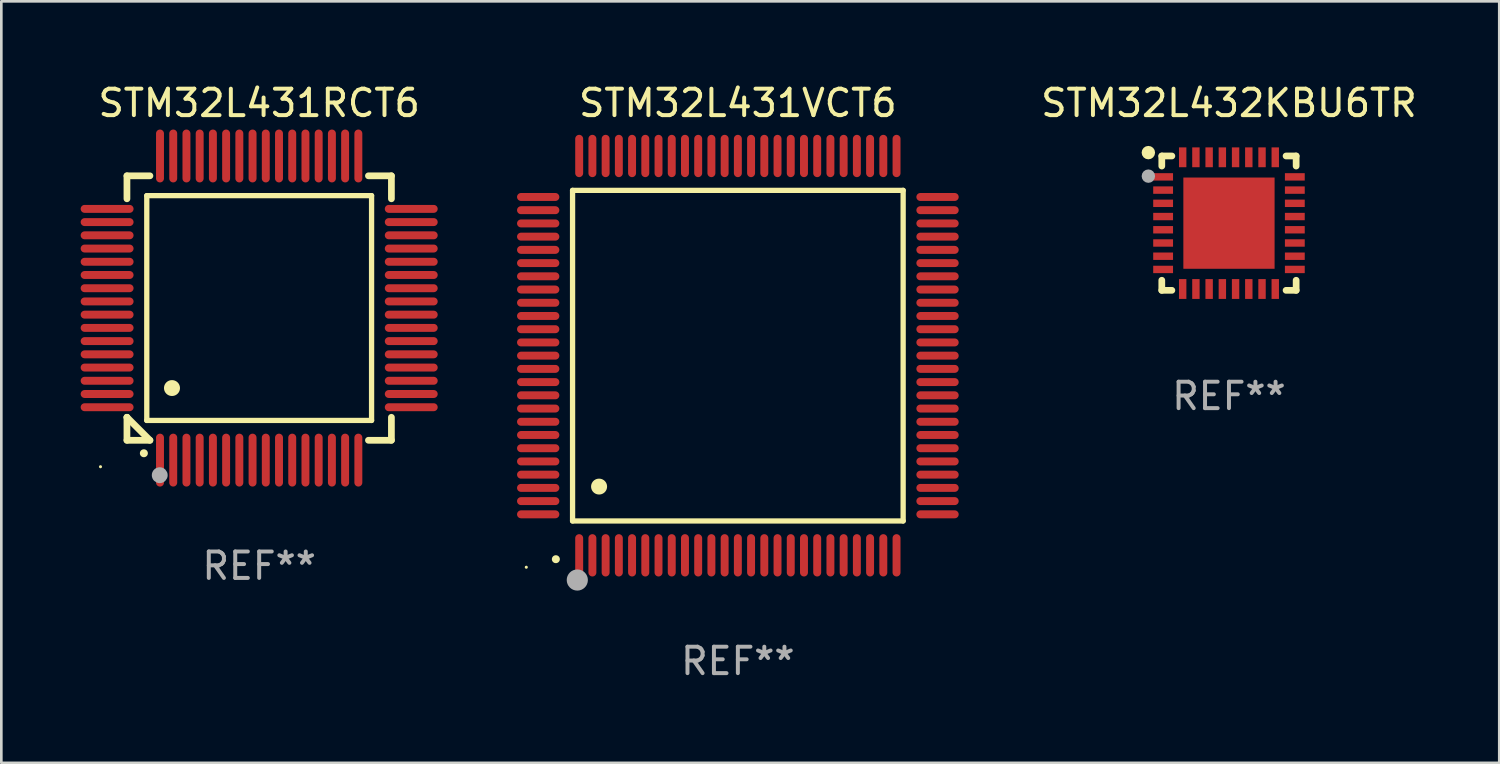
<source format=kicad_pcb>
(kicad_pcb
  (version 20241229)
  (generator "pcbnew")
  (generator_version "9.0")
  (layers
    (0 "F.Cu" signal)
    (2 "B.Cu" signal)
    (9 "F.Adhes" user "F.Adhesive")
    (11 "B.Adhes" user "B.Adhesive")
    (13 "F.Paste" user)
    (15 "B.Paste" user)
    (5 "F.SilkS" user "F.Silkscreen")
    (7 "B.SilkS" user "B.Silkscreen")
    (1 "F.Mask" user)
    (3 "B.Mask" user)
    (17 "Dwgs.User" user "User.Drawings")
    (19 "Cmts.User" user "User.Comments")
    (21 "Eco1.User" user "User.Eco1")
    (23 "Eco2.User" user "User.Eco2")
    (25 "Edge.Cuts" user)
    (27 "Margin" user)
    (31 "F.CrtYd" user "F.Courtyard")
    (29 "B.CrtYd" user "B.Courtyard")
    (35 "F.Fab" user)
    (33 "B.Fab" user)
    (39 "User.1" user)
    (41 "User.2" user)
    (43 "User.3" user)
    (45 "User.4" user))
  (footprint "STM32L431RCT6"
    (layer "F.Cu")
    (at 6.75 8.598)
    (property "Reference" "STM32L431RCT6" (at 0 -7.75 0) (layer "F.SilkS") (effects (font (size 1 1) (thickness 0.15))))
    (attr through_hole)
    (fp_line (start -5 -5) (end -4.131 -5) (stroke (width 0.254) (type solid)) (layer "F.SilkS"))
    (fp_line (start -5 -4.131) (end -5 -5) (stroke (width 0.254) (type solid)) (layer "F.SilkS"))
    (fp_line (start -5 4.131) (end -5 4.131) (stroke (width 0.254) (type solid)) (layer "F.SilkS"))
    (fp_line (start -5 5) (end -5 4.131) (stroke (width 0.254) (type solid)) (layer "F.SilkS"))
    (fp_line (start -5 4.131) (end -4.131 5) (stroke (width 0.254) (type solid)) (layer "F.SilkS"))
    (fp_line (start -4.25 -4.25) (end -4.25 4.25) (stroke (width 0.2) (type solid)) (layer "F.SilkS"))
    (fp_line (start -4.25 4.25) (end 4.25 4.25) (stroke (width 0.2) (type solid)) (layer "F.SilkS"))
    (fp_line (start -4.131 5) (end -5 5) (stroke (width 0.254) (type solid)) (layer "F.SilkS"))
    (fp_line (start 4.25 -4.25) (end -4.25 -4.25) (stroke (width 0.2) (type solid)) (layer "F.SilkS"))
    (fp_line (start 4.25 4.25) (end 4.25 -4.25) (stroke (width 0.2) (type solid)) (layer "F.SilkS"))
    (fp_line (start 5 -5) (end 4.131 -5) (stroke (width 0.254) (type solid)) (layer "F.SilkS"))
    (fp_line (start 5 -5) (end 5 -4.131) (stroke (width 0.254) (type solid)) (layer "F.SilkS"))
    (fp_line (start 5 4.131) (end 5 5) (stroke (width 0.254) (type solid)) (layer "F.SilkS"))
    (fp_line (start 5 5) (end 4.131 5) (stroke (width 0.254) (type solid)) (layer "F.SilkS"))
    (fp_arc (start -4.361265 5.489992) (mid -4.359995 5.489987) (end -4.358725 5.489992) (stroke (width 0.3) (type solid)) (layer "F.SilkS"))
    (fp_arc (start -3.299467 3.025146) (mid -3.296927 3.025135) (end -3.294387 3.025146) (stroke (width 0.6) (type solid)) (layer "F.SilkS"))
    (fp_circle (center -6 6) (end -5.97 6) (stroke (width 0.06) (type solid)) (fill no) (layer "F.SilkS"))
    (fp_circle (center -3.76 6.32) (end -3.61 6.32) (stroke (width 0.3) (type solid)) (fill no) (layer "F.Fab"))
    (fp_text user "REF**" (at 0 9.75 0) (layer "F.Fab") (effects (font (size 1 1) (thickness 0.15))))
    (pad "1" smd oval (at -3.75 5.75) (size 0.3 2) (layers "F.Cu" "F.Mask" "F.Paste"))
    (pad "2" smd oval (at -3.25 5.75) (size 0.3 2) (layers "F.Cu" "F.Mask" "F.Paste"))
    (pad "3" smd oval (at -2.75 5.75) (size 0.3 2) (layers "F.Cu" "F.Mask" "F.Paste"))
    (pad "4" smd oval (at -2.25 5.75) (size 0.3 2) (layers "F.Cu" "F.Mask" "F.Paste"))
    (pad "5" smd oval (at -1.75 5.75) (size 0.3 2) (layers "F.Cu" "F.Mask" "F.Paste"))
    (pad "6" smd oval (at -1.25 5.75) (size 0.3 2) (layers "F.Cu" "F.Mask" "F.Paste"))
    (pad "7" smd oval (at -0.75 5.75) (size 0.3 2) (layers "F.Cu" "F.Mask" "F.Paste"))
    (pad "8" smd oval (at -0.25 5.75) (size 0.3 2) (layers "F.Cu" "F.Mask" "F.Paste"))
    (pad "9" smd oval (at 0.25 5.75) (size 0.3 2) (layers "F.Cu" "F.Mask" "F.Paste"))
    (pad "10" smd oval (at 0.75 5.75) (size 0.3 2) (layers "F.Cu" "F.Mask" "F.Paste"))
    (pad "11" smd oval (at 1.25 5.75) (size 0.3 2) (layers "F.Cu" "F.Mask" "F.Paste"))
    (pad "12" smd oval (at 1.75 5.75) (size 0.3 2) (layers "F.Cu" "F.Mask" "F.Paste"))
    (pad "13" smd oval (at 2.25 5.75) (size 0.3 2) (layers "F.Cu" "F.Mask" "F.Paste"))
    (pad "14" smd oval (at 2.75 5.75) (size 0.3 2) (layers "F.Cu" "F.Mask" "F.Paste"))
    (pad "15" smd oval (at 3.25 5.75) (size 0.3 2) (layers "F.Cu" "F.Mask" "F.Paste"))
    (pad "16" smd oval (at 3.75 5.75) (size 0.3 2) (layers "F.Cu" "F.Mask" "F.Paste"))
    (pad "17" smd oval (at 5.75 3.75) (size 2 0.3) (layers "F.Cu" "F.Mask" "F.Paste"))
    (pad "18" smd oval (at 5.75 3.25) (size 2 0.3) (layers "F.Cu" "F.Mask" "F.Paste"))
    (pad "19" smd oval (at 5.75 2.75) (size 2 0.3) (layers "F.Cu" "F.Mask" "F.Paste"))
    (pad "20" smd oval (at 5.75 2.25) (size 2 0.3) (layers "F.Cu" "F.Mask" "F.Paste"))
    (pad "21" smd oval (at 5.75 1.75) (size 2 0.3) (layers "F.Cu" "F.Mask" "F.Paste"))
    (pad "22" smd oval (at 5.75 1.25) (size 2 0.3) (layers "F.Cu" "F.Mask" "F.Paste"))
    (pad "23" smd oval (at 5.75 0.75) (size 2 0.3) (layers "F.Cu" "F.Mask" "F.Paste"))
    (pad "24" smd oval (at 5.75 0.25) (size 2 0.3) (layers "F.Cu" "F.Mask" "F.Paste"))
    (pad "25" smd oval (at 5.75 -0.25) (size 2 0.3) (layers "F.Cu" "F.Mask" "F.Paste"))
    (pad "26" smd oval (at 5.75 -0.75) (size 2 0.3) (layers "F.Cu" "F.Mask" "F.Paste"))
    (pad "27" smd oval (at 5.75 -1.25) (size 2 0.3) (layers "F.Cu" "F.Mask" "F.Paste"))
    (pad "28" smd oval (at 5.75 -1.75) (size 2 0.3) (layers "F.Cu" "F.Mask" "F.Paste"))
    (pad "29" smd oval (at 5.75 -2.25) (size 2 0.3) (layers "F.Cu" "F.Mask" "F.Paste"))
    (pad "30" smd oval (at 5.75 -2.75) (size 2 0.3) (layers "F.Cu" "F.Mask" "F.Paste"))
    (pad "31" smd oval (at 5.75 -3.25) (size 2 0.3) (layers "F.Cu" "F.Mask" "F.Paste"))
    (pad "32" smd oval (at 5.75 -3.75) (size 2 0.3) (layers "F.Cu" "F.Mask" "F.Paste"))
    (pad "33" smd oval (at 3.75 -5.75) (size 0.3 2) (layers "F.Cu" "F.Mask" "F.Paste"))
    (pad "34" smd oval (at 3.25 -5.75) (size 0.3 2) (layers "F.Cu" "F.Mask" "F.Paste"))
    (pad "35" smd oval (at 2.75 -5.75) (size 0.3 2) (layers "F.Cu" "F.Mask" "F.Paste"))
    (pad "36" smd oval (at 2.25 -5.75) (size 0.3 2) (layers "F.Cu" "F.Mask" "F.Paste"))
    (pad "37" smd oval (at 1.75 -5.75) (size 0.3 2) (layers "F.Cu" "F.Mask" "F.Paste"))
    (pad "38" smd oval (at 1.25 -5.75) (size 0.3 2) (layers "F.Cu" "F.Mask" "F.Paste"))
    (pad "39" smd oval (at 0.75 -5.75) (size 0.3 2) (layers "F.Cu" "F.Mask" "F.Paste"))
    (pad "40" smd oval (at 0.25 -5.75) (size 0.3 2) (layers "F.Cu" "F.Mask" "F.Paste"))
    (pad "41" smd oval (at -0.25 -5.75) (size 0.3 2) (layers "F.Cu" "F.Mask" "F.Paste"))
    (pad "42" smd oval (at -0.75 -5.75) (size 0.3 2) (layers "F.Cu" "F.Mask" "F.Paste"))
    (pad "43" smd oval (at -1.25 -5.75) (size 0.3 2) (layers "F.Cu" "F.Mask" "F.Paste"))
    (pad "44" smd oval (at -1.75 -5.75) (size 0.3 2) (layers "F.Cu" "F.Mask" "F.Paste"))
    (pad "45" smd oval (at -2.25 -5.75) (size 0.3 2) (layers "F.Cu" "F.Mask" "F.Paste"))
    (pad "46" smd oval (at -2.75 -5.75) (size 0.3 2) (layers "F.Cu" "F.Mask" "F.Paste"))
    (pad "47" smd oval (at -3.25 -5.75) (size 0.3 2) (layers "F.Cu" "F.Mask" "F.Paste"))
    (pad "48" smd oval (at -3.75 -5.75) (size 0.3 2) (layers "F.Cu" "F.Mask" "F.Paste"))
    (pad "49" smd oval (at -5.75 -3.75) (size 2 0.3) (layers "F.Cu" "F.Mask" "F.Paste"))
    (pad "50" smd oval (at -5.75 -3.25) (size 2 0.3) (layers "F.Cu" "F.Mask" "F.Paste"))
    (pad "51" smd oval (at -5.75 -2.75) (size 2 0.3) (layers "F.Cu" "F.Mask" "F.Paste"))
    (pad "52" smd oval (at -5.75 -2.25) (size 2 0.3) (layers "F.Cu" "F.Mask" "F.Paste"))
    (pad "53" smd oval (at -5.75 -1.75) (size 2 0.3) (layers "F.Cu" "F.Mask" "F.Paste"))
    (pad "54" smd oval (at -5.75 -1.25) (size 2 0.3) (layers "F.Cu" "F.Mask" "F.Paste"))
    (pad "55" smd oval (at -5.75 -0.75) (size 2 0.3) (layers "F.Cu" "F.Mask" "F.Paste"))
    (pad "56" smd oval (at -5.75 -0.25) (size 2 0.3) (layers "F.Cu" "F.Mask" "F.Paste"))
    (pad "57" smd oval (at -5.75 0.25) (size 2 0.3) (layers "F.Cu" "F.Mask" "F.Paste"))
    (pad "58" smd oval (at -5.75 0.75) (size 2 0.3) (layers "F.Cu" "F.Mask" "F.Paste"))
    (pad "59" smd oval (at -5.75 1.25) (size 2 0.3) (layers "F.Cu" "F.Mask" "F.Paste"))
    (pad "60" smd oval (at -5.75 1.75) (size 2 0.3) (layers "F.Cu" "F.Mask" "F.Paste"))
    (pad "61" smd oval (at -5.75 2.25) (size 2 0.3) (layers "F.Cu" "F.Mask" "F.Paste"))
    (pad "62" smd oval (at -5.75 2.75) (size 2 0.3) (layers "F.Cu" "F.Mask" "F.Paste"))
    (pad "63" smd oval (at -5.75 3.25) (size 2 0.3) (layers "F.Cu" "F.Mask" "F.Paste"))
    (pad "64" smd oval (at -5.75 3.75) (size 2 0.3) (layers "F.Cu" "F.Mask" "F.Paste")))
  (footprint "STM32L431VCT6"
    (layer "F.Cu")
    (at 24.85 10.398)
    (property "Reference" "STM32L431VCT6" (at 0 -9.55 0) (layer "F.SilkS") (effects (font (size 1 1) (thickness 0.15))))
    (attr through_hole)
    (fp_line (start -6.25 -6.25) (end -6.25 6.25) (stroke (width 0.2) (type solid)) (layer "F.SilkS"))
    (fp_line (start -6.25 6.25) (end 6.25 6.25) (stroke (width 0.2) (type solid)) (layer "F.SilkS"))
    (fp_line (start 6.25 -6.25) (end -6.25 -6.25) (stroke (width 0.2) (type solid)) (layer "F.SilkS"))
    (fp_line (start 6.25 6.25) (end 6.25 -6.25) (stroke (width 0.2) (type solid)) (layer "F.SilkS"))
    (fp_arc (start -6.883414 7.696215) (mid -6.882144 7.69621) (end -6.880874 7.696215) (stroke (width 0.3) (type solid)) (layer "F.SilkS"))
    (fp_arc (start -5.250191 4.95047) (mid -5.247651 4.950459) (end -5.245111 4.95047) (stroke (width 0.6) (type solid)) (layer "F.SilkS"))
    (fp_circle (center -8 8) (end -7.97 8) (stroke (width 0.06) (type solid)) (fill no) (layer "F.SilkS"))
    (fp_circle (center -6.071 8.484) (end -5.871 8.484) (stroke (width 0.4) (type solid)) (fill no) (layer "F.Fab"))
    (fp_text user "REF**" (at 0 11.55 0) (layer "F.Fab") (effects (font (size 1 1) (thickness 0.15))))
    (pad "1" smd oval (at -6 7.55) (size 0.3 1.6) (layers "F.Cu" "F.Mask" "F.Paste"))
    (pad "2" smd oval (at -5.5 7.55) (size 0.3 1.6) (layers "F.Cu" "F.Mask" "F.Paste"))
    (pad "3" smd oval (at -5 7.55) (size 0.3 1.6) (layers "F.Cu" "F.Mask" "F.Paste"))
    (pad "4" smd oval (at -4.5 7.55) (size 0.3 1.6) (layers "F.Cu" "F.Mask" "F.Paste"))
    (pad "5" smd oval (at -4 7.55) (size 0.3 1.6) (layers "F.Cu" "F.Mask" "F.Paste"))
    (pad "6" smd oval (at -3.5 7.55) (size 0.3 1.6) (layers "F.Cu" "F.Mask" "F.Paste"))
    (pad "7" smd oval (at -3 7.55) (size 0.3 1.6) (layers "F.Cu" "F.Mask" "F.Paste"))
    (pad "8" smd oval (at -2.5 7.55) (size 0.3 1.6) (layers "F.Cu" "F.Mask" "F.Paste"))
    (pad "9" smd oval (at -2 7.55) (size 0.3 1.6) (layers "F.Cu" "F.Mask" "F.Paste"))
    (pad "10" smd oval (at -1.5 7.55) (size 0.3 1.6) (layers "F.Cu" "F.Mask" "F.Paste"))
    (pad "11" smd oval (at -1 7.55) (size 0.3 1.6) (layers "F.Cu" "F.Mask" "F.Paste"))
    (pad "12" smd oval (at -0.5 7.55) (size 0.3 1.6) (layers "F.Cu" "F.Mask" "F.Paste"))
    (pad "13" smd oval (at 0 7.55) (size 0.3 1.6) (layers "F.Cu" "F.Mask" "F.Paste"))
    (pad "14" smd oval (at 0.5 7.55) (size 0.3 1.6) (layers "F.Cu" "F.Mask" "F.Paste"))
    (pad "15" smd oval (at 1 7.55) (size 0.3 1.6) (layers "F.Cu" "F.Mask" "F.Paste"))
    (pad "16" smd oval (at 1.5 7.55) (size 0.3 1.6) (layers "F.Cu" "F.Mask" "F.Paste"))
    (pad "17" smd oval (at 2 7.55) (size 0.3 1.6) (layers "F.Cu" "F.Mask" "F.Paste"))
    (pad "18" smd oval (at 2.5 7.55) (size 0.3 1.6) (layers "F.Cu" "F.Mask" "F.Paste"))
    (pad "19" smd oval (at 3 7.55) (size 0.3 1.6) (layers "F.Cu" "F.Mask" "F.Paste"))
    (pad "20" smd oval (at 3.5 7.55) (size 0.3 1.6) (layers "F.Cu" "F.Mask" "F.Paste"))
    (pad "21" smd oval (at 4 7.55) (size 0.3 1.6) (layers "F.Cu" "F.Mask" "F.Paste"))
    (pad "22" smd oval (at 4.5 7.55) (size 0.3 1.6) (layers "F.Cu" "F.Mask" "F.Paste"))
    (pad "23" smd oval (at 5 7.55) (size 0.3 1.6) (layers "F.Cu" "F.Mask" "F.Paste"))
    (pad "24" smd oval (at 5.5 7.55) (size 0.3 1.6) (layers "F.Cu" "F.Mask" "F.Paste"))
    (pad "25" smd oval (at 6 7.55) (size 0.3 1.6) (layers "F.Cu" "F.Mask" "F.Paste"))
    (pad "26" smd oval (at 7.55 6) (size 1.6 0.3) (layers "F.Cu" "F.Mask" "F.Paste"))
    (pad "27" smd oval (at 7.55 5.5) (size 1.6 0.3) (layers "F.Cu" "F.Mask" "F.Paste"))
    (pad "28" smd oval (at 7.55 5) (size 1.6 0.3) (layers "F.Cu" "F.Mask" "F.Paste"))
    (pad "29" smd oval (at 7.55 4.5) (size 1.6 0.3) (layers "F.Cu" "F.Mask" "F.Paste"))
    (pad "30" smd oval (at 7.55 4) (size 1.6 0.3) (layers "F.Cu" "F.Mask" "F.Paste"))
    (pad "31" smd oval (at 7.55 3.5) (size 1.6 0.3) (layers "F.Cu" "F.Mask" "F.Paste"))
    (pad "32" smd oval (at 7.55 3) (size 1.6 0.3) (layers "F.Cu" "F.Mask" "F.Paste"))
    (pad "33" smd oval (at 7.55 2.5) (size 1.6 0.3) (layers "F.Cu" "F.Mask" "F.Paste"))
    (pad "34" smd oval (at 7.55 2) (size 1.6 0.3) (layers "F.Cu" "F.Mask" "F.Paste"))
    (pad "35" smd oval (at 7.55 1.5) (size 1.6 0.3) (layers "F.Cu" "F.Mask" "F.Paste"))
    (pad "36" smd oval (at 7.55 1) (size 1.6 0.3) (layers "F.Cu" "F.Mask" "F.Paste"))
    (pad "37" smd oval (at 7.55 0.5) (size 1.6 0.3) (layers "F.Cu" "F.Mask" "F.Paste"))
    (pad "38" smd oval (at 7.55 0) (size 1.6 0.3) (layers "F.Cu" "F.Mask" "F.Paste"))
    (pad "39" smd oval (at 7.55 -0.5) (size 1.6 0.3) (layers "F.Cu" "F.Mask" "F.Paste"))
    (pad "40" smd oval (at 7.55 -1) (size 1.6 0.3) (layers "F.Cu" "F.Mask" "F.Paste"))
    (pad "41" smd oval (at 7.55 -1.5) (size 1.6 0.3) (layers "F.Cu" "F.Mask" "F.Paste"))
    (pad "42" smd oval (at 7.55 -2) (size 1.6 0.3) (layers "F.Cu" "F.Mask" "F.Paste"))
    (pad "43" smd oval (at 7.55 -2.5) (size 1.6 0.3) (layers "F.Cu" "F.Mask" "F.Paste"))
    (pad "44" smd oval (at 7.55 -3) (size 1.6 0.3) (layers "F.Cu" "F.Mask" "F.Paste"))
    (pad "45" smd oval (at 7.55 -3.5) (size 1.6 0.3) (layers "F.Cu" "F.Mask" "F.Paste"))
    (pad "46" smd oval (at 7.55 -4) (size 1.6 0.3) (layers "F.Cu" "F.Mask" "F.Paste"))
    (pad "47" smd oval (at 7.55 -4.5) (size 1.6 0.3) (layers "F.Cu" "F.Mask" "F.Paste"))
    (pad "48" smd oval (at 7.55 -5) (size 1.6 0.3) (layers "F.Cu" "F.Mask" "F.Paste"))
    (pad "49" smd oval (at 7.55 -5.5) (size 1.6 0.3) (layers "F.Cu" "F.Mask" "F.Paste"))
    (pad "50" smd oval (at 7.55 -6) (size 1.6 0.3) (layers "F.Cu" "F.Mask" "F.Paste"))
    (pad "51" smd oval (at 6 -7.55) (size 0.3 1.6) (layers "F.Cu" "F.Mask" "F.Paste"))
    (pad "52" smd oval (at 5.5 -7.55) (size 0.3 1.6) (layers "F.Cu" "F.Mask" "F.Paste"))
    (pad "53" smd oval (at 5 -7.55) (size 0.3 1.6) (layers "F.Cu" "F.Mask" "F.Paste"))
    (pad "54" smd oval (at 4.5 -7.55) (size 0.3 1.6) (layers "F.Cu" "F.Mask" "F.Paste"))
    (pad "55" smd oval (at 4 -7.55) (size 0.3 1.6) (layers "F.Cu" "F.Mask" "F.Paste"))
    (pad "56" smd oval (at 3.5 -7.55) (size 0.3 1.6) (layers "F.Cu" "F.Mask" "F.Paste"))
    (pad "57" smd oval (at 3 -7.55) (size 0.3 1.6) (layers "F.Cu" "F.Mask" "F.Paste"))
    (pad "58" smd oval (at 2.5 -7.55) (size 0.3 1.6) (layers "F.Cu" "F.Mask" "F.Paste"))
    (pad "59" smd oval (at 2 -7.55) (size 0.3 1.6) (layers "F.Cu" "F.Mask" "F.Paste"))
    (pad "60" smd oval (at 1.5 -7.55) (size 0.3 1.6) (layers "F.Cu" "F.Mask" "F.Paste"))
    (pad "61" smd oval (at 1 -7.55) (size 0.3 1.6) (layers "F.Cu" "F.Mask" "F.Paste"))
    (pad "62" smd oval (at 0.5 -7.55) (size 0.3 1.6) (layers "F.Cu" "F.Mask" "F.Paste"))
    (pad "63" smd oval (at 0 -7.55) (size 0.3 1.6) (layers "F.Cu" "F.Mask" "F.Paste"))
    (pad "64" smd oval (at -0.5 -7.55) (size 0.3 1.6) (layers "F.Cu" "F.Mask" "F.Paste"))
    (pad "65" smd oval (at -1 -7.55) (size 0.3 1.6) (layers "F.Cu" "F.Mask" "F.Paste"))
    (pad "66" smd oval (at -1.5 -7.55) (size 0.3 1.6) (layers "F.Cu" "F.Mask" "F.Paste"))
    (pad "67" smd oval (at -2 -7.55) (size 0.3 1.6) (layers "F.Cu" "F.Mask" "F.Paste"))
    (pad "68" smd oval (at -2.5 -7.55) (size 0.3 1.6) (layers "F.Cu" "F.Mask" "F.Paste"))
    (pad "69" smd oval (at -3 -7.55) (size 0.3 1.6) (layers "F.Cu" "F.Mask" "F.Paste"))
    (pad "70" smd oval (at -3.5 -7.55) (size 0.3 1.6) (layers "F.Cu" "F.Mask" "F.Paste"))
    (pad "71" smd oval (at -4 -7.55) (size 0.3 1.6) (layers "F.Cu" "F.Mask" "F.Paste"))
    (pad "72" smd oval (at -4.5 -7.55) (size 0.3 1.6) (layers "F.Cu" "F.Mask" "F.Paste"))
    (pad "73" smd oval (at -5 -7.55) (size 0.3 1.6) (layers "F.Cu" "F.Mask" "F.Paste"))
    (pad "74" smd oval (at -5.5 -7.55) (size 0.3 1.6) (layers "F.Cu" "F.Mask" "F.Paste"))
    (pad "75" smd oval (at -6 -7.55) (size 0.3 1.6) (layers "F.Cu" "F.Mask" "F.Paste"))
    (pad "76" smd oval (at -7.55 -6) (size 1.6 0.3) (layers "F.Cu" "F.Mask" "F.Paste"))
    (pad "77" smd oval (at -7.55 -5.5) (size 1.6 0.3) (layers "F.Cu" "F.Mask" "F.Paste"))
    (pad "78" smd oval (at -7.55 -5) (size 1.6 0.3) (layers "F.Cu" "F.Mask" "F.Paste"))
    (pad "79" smd oval (at -7.55 -4.5) (size 1.6 0.3) (layers "F.Cu" "F.Mask" "F.Paste"))
    (pad "80" smd oval (at -7.55 -4) (size 1.6 0.3) (layers "F.Cu" "F.Mask" "F.Paste"))
    (pad "81" smd oval (at -7.55 -3.5) (size 1.6 0.3) (layers "F.Cu" "F.Mask" "F.Paste"))
    (pad "82" smd oval (at -7.55 -3) (size 1.6 0.3) (layers "F.Cu" "F.Mask" "F.Paste"))
    (pad "83" smd oval (at -7.55 -2.5) (size 1.6 0.3) (layers "F.Cu" "F.Mask" "F.Paste"))
    (pad "84" smd oval (at -7.55 -2) (size 1.6 0.3) (layers "F.Cu" "F.Mask" "F.Paste"))
    (pad "85" smd oval (at -7.55 -1.5) (size 1.6 0.3) (layers "F.Cu" "F.Mask" "F.Paste"))
    (pad "86" smd oval (at -7.55 -1) (size 1.6 0.3) (layers "F.Cu" "F.Mask" "F.Paste"))
    (pad "87" smd oval (at -7.55 -0.5) (size 1.6 0.3) (layers "F.Cu" "F.Mask" "F.Paste"))
    (pad "88" smd oval (at -7.55 0) (size 1.6 0.3) (layers "F.Cu" "F.Mask" "F.Paste"))
    (pad "89" smd oval (at -7.55 0.5) (size 1.6 0.3) (layers "F.Cu" "F.Mask" "F.Paste"))
    (pad "90" smd oval (at -7.55 1) (size 1.6 0.3) (layers "F.Cu" "F.Mask" "F.Paste"))
    (pad "91" smd oval (at -7.55 1.5) (size 1.6 0.3) (layers "F.Cu" "F.Mask" "F.Paste"))
    (pad "92" smd oval (at -7.55 2) (size 1.6 0.3) (layers "F.Cu" "F.Mask" "F.Paste"))
    (pad "93" smd oval (at -7.55 2.5) (size 1.6 0.3) (layers "F.Cu" "F.Mask" "F.Paste"))
    (pad "94" smd oval (at -7.55 3) (size 1.6 0.3) (layers "F.Cu" "F.Mask" "F.Paste"))
    (pad "95" smd oval (at -7.55 3.5) (size 1.6 0.3) (layers "F.Cu" "F.Mask" "F.Paste"))
    (pad "96" smd oval (at -7.55 4) (size 1.6 0.3) (layers "F.Cu" "F.Mask" "F.Paste"))
    (pad "97" smd oval (at -7.55 4.5) (size 1.6 0.3) (layers "F.Cu" "F.Mask" "F.Paste"))
    (pad "98" smd oval (at -7.55 5) (size 1.6 0.3) (layers "F.Cu" "F.Mask" "F.Paste"))
    (pad "99" smd oval (at -7.55 5.5) (size 1.6 0.3) (layers "F.Cu" "F.Mask" "F.Paste"))
    (pad "100" smd oval (at -7.55 6) (size 1.6 0.3) (layers "F.Cu" "F.Mask" "F.Paste")))
  (footprint "STM32L432KBU6TR"
    (layer "F.Cu")
    (at 43.42 5.388)
    (property "Reference" "STM32L432KBU6TR" (at 0 -4.54 0) (layer "F.SilkS") (effects (font (size 1 1) (thickness 0.15))))
    (attr through_hole)
    (fp_line (start -2.54 -2.54) (end -2.159 -2.54) (stroke (width 0.254) (type solid)) (layer "F.SilkS"))
    (fp_line (start -2.54 -2.159) (end -2.54 -2.54) (stroke (width 0.254) (type solid)) (layer "F.SilkS"))
    (fp_line (start -2.54 2.54) (end -2.54 2.159) (stroke (width 0.254) (type solid)) (layer "F.SilkS"))
    (fp_line (start -2.159 2.54) (end -2.54 2.54) (stroke (width 0.254) (type solid)) (layer "F.SilkS"))
    (fp_line (start 2.159 -2.54) (end 2.54 -2.54) (stroke (width 0.254) (type solid)) (layer "F.SilkS"))
    (fp_line (start 2.54 -2.54) (end 2.54 -2.159) (stroke (width 0.254) (type solid)) (layer "F.SilkS"))
    (fp_line (start 2.54 2.159) (end 2.54 2.54) (stroke (width 0.254) (type solid)) (layer "F.SilkS"))
    (fp_line (start 2.54 2.54) (end 2.159 2.54) (stroke (width 0.254) (type solid)) (layer "F.SilkS"))
    (fp_circle (center -3.048 -2.667) (end -2.921 -2.667) (stroke (width 0.254) (type solid)) (fill no) (layer "F.SilkS"))
    (fp_circle (center -2.5 -2.5) (end -2.47 -2.5) (stroke (width 0.06) (type solid)) (fill no) (layer "F.SilkS"))
    (fp_circle (center -3.048 -1.778) (end -2.921 -1.778) (stroke (width 0.254) (type solid)) (fill no) (layer "F.Fab"))
    (fp_text user "REF**" (at 0 6.54 0) (layer "F.Fab") (effects (font (size 1 1) (thickness 0.15))))
    (pad "1" smd rect (at -2.49 -1.75) (size 0.75 0.28) (layers "F.Cu" "F.Mask" "F.Paste"))
    (pad "2" smd rect (at -2.49 -1.25) (size 0.75 0.28) (layers "F.Cu" "F.Mask" "F.Paste"))
    (pad "3" smd rect (at -2.49 -0.75) (size 0.75 0.28) (layers "F.Cu" "F.Mask" "F.Paste"))
    (pad "4" smd rect (at -2.49 -0.25) (size 0.75 0.28) (layers "F.Cu" "F.Mask" "F.Paste"))
    (pad "5" smd rect (at -2.49 0.25) (size 0.75 0.28) (layers "F.Cu" "F.Mask" "F.Paste"))
    (pad "6" smd rect (at -2.49 0.75) (size 0.75 0.28) (layers "F.Cu" "F.Mask" "F.Paste"))
    (pad "7" smd rect (at -2.49 1.25) (size 0.75 0.28) (layers "F.Cu" "F.Mask" "F.Paste"))
    (pad "8" smd rect (at -2.49 1.75) (size 0.75 0.28) (layers "F.Cu" "F.Mask" "F.Paste"))
    (pad "9" smd rect (at -1.75 2.49) (size 0.28 0.75) (layers "F.Cu" "F.Mask" "F.Paste"))
    (pad "10" smd rect (at -1.25 2.49) (size 0.28 0.75) (layers "F.Cu" "F.Mask" "F.Paste"))
    (pad "11" smd rect (at -0.75 2.49) (size 0.28 0.75) (layers "F.Cu" "F.Mask" "F.Paste"))
    (pad "12" smd rect (at -0.25 2.49) (size 0.28 0.75) (layers "F.Cu" "F.Mask" "F.Paste"))
    (pad "13" smd rect (at 0.25 2.49) (size 0.28 0.75) (layers "F.Cu" "F.Mask" "F.Paste"))
    (pad "14" smd rect (at 0.75 2.49) (size 0.28 0.75) (layers "F.Cu" "F.Mask" "F.Paste"))
    (pad "15" smd rect (at 1.25 2.49) (size 0.28 0.75) (layers "F.Cu" "F.Mask" "F.Paste"))
    (pad "16" smd rect (at 1.75 2.49) (size 0.28 0.75) (layers "F.Cu" "F.Mask" "F.Paste"))
    (pad "17" smd rect (at 2.49 1.75) (size 0.75 0.28) (layers "F.Cu" "F.Mask" "F.Paste"))
    (pad "18" smd rect (at 2.49 1.25) (size 0.75 0.28) (layers "F.Cu" "F.Mask" "F.Paste"))
    (pad "19" smd rect (at 2.49 0.75) (size 0.75 0.28) (layers "F.Cu" "F.Mask" "F.Paste"))
    (pad "20" smd rect (at 2.49 0.25) (size 0.75 0.28) (layers "F.Cu" "F.Mask" "F.Paste"))
    (pad "21" smd rect (at 2.49 -0.25) (size 0.75 0.28) (layers "F.Cu" "F.Mask" "F.Paste"))
    (pad "22" smd rect (at 2.49 -0.75) (size 0.75 0.28) (layers "F.Cu" "F.Mask" "F.Paste"))
    (pad "23" smd rect (at 2.49 -1.25) (size 0.75 0.28) (layers "F.Cu" "F.Mask" "F.Paste"))
    (pad "24" smd rect (at 2.49 -1.75) (size 0.75 0.28) (layers "F.Cu" "F.Mask" "F.Paste"))
    (pad "25" smd rect (at 1.75 -2.49) (size 0.28 0.75) (layers "F.Cu" "F.Mask" "F.Paste"))
    (pad "26" smd rect (at 1.25 -2.49) (size 0.28 0.75) (layers "F.Cu" "F.Mask" "F.Paste"))
    (pad "27" smd rect (at 0.75 -2.49) (size 0.28 0.75) (layers "F.Cu" "F.Mask" "F.Paste"))
    (pad "28" smd rect (at 0.25 -2.49) (size 0.28 0.75) (layers "F.Cu" "F.Mask" "F.Paste"))
    (pad "29" smd rect (at -0.25 -2.49) (size 0.28 0.75) (layers "F.Cu" "F.Mask" "F.Paste"))
    (pad "30" smd rect (at -0.75 -2.49) (size 0.28 0.75) (layers "F.Cu" "F.Mask" "F.Paste"))
    (pad "31" smd rect (at -1.25 -2.49) (size 0.28 0.75) (layers "F.Cu" "F.Mask" "F.Paste"))
    (pad "32" smd rect (at -1.75 -2.49) (size 0.28 0.75) (layers "F.Cu" "F.Mask" "F.Paste"))
    (pad "33" smd rect (at 0 0) (size 3.45 3.45) (layers "F.Cu" "F.Mask" "F.Paste")))
  (gr_rect
    (start -3 -3)
    (end 53.64 25.796)
    (stroke (width 0.1) (type default))
    (fill no)
    (layer "Edge.Cuts")))
</source>
